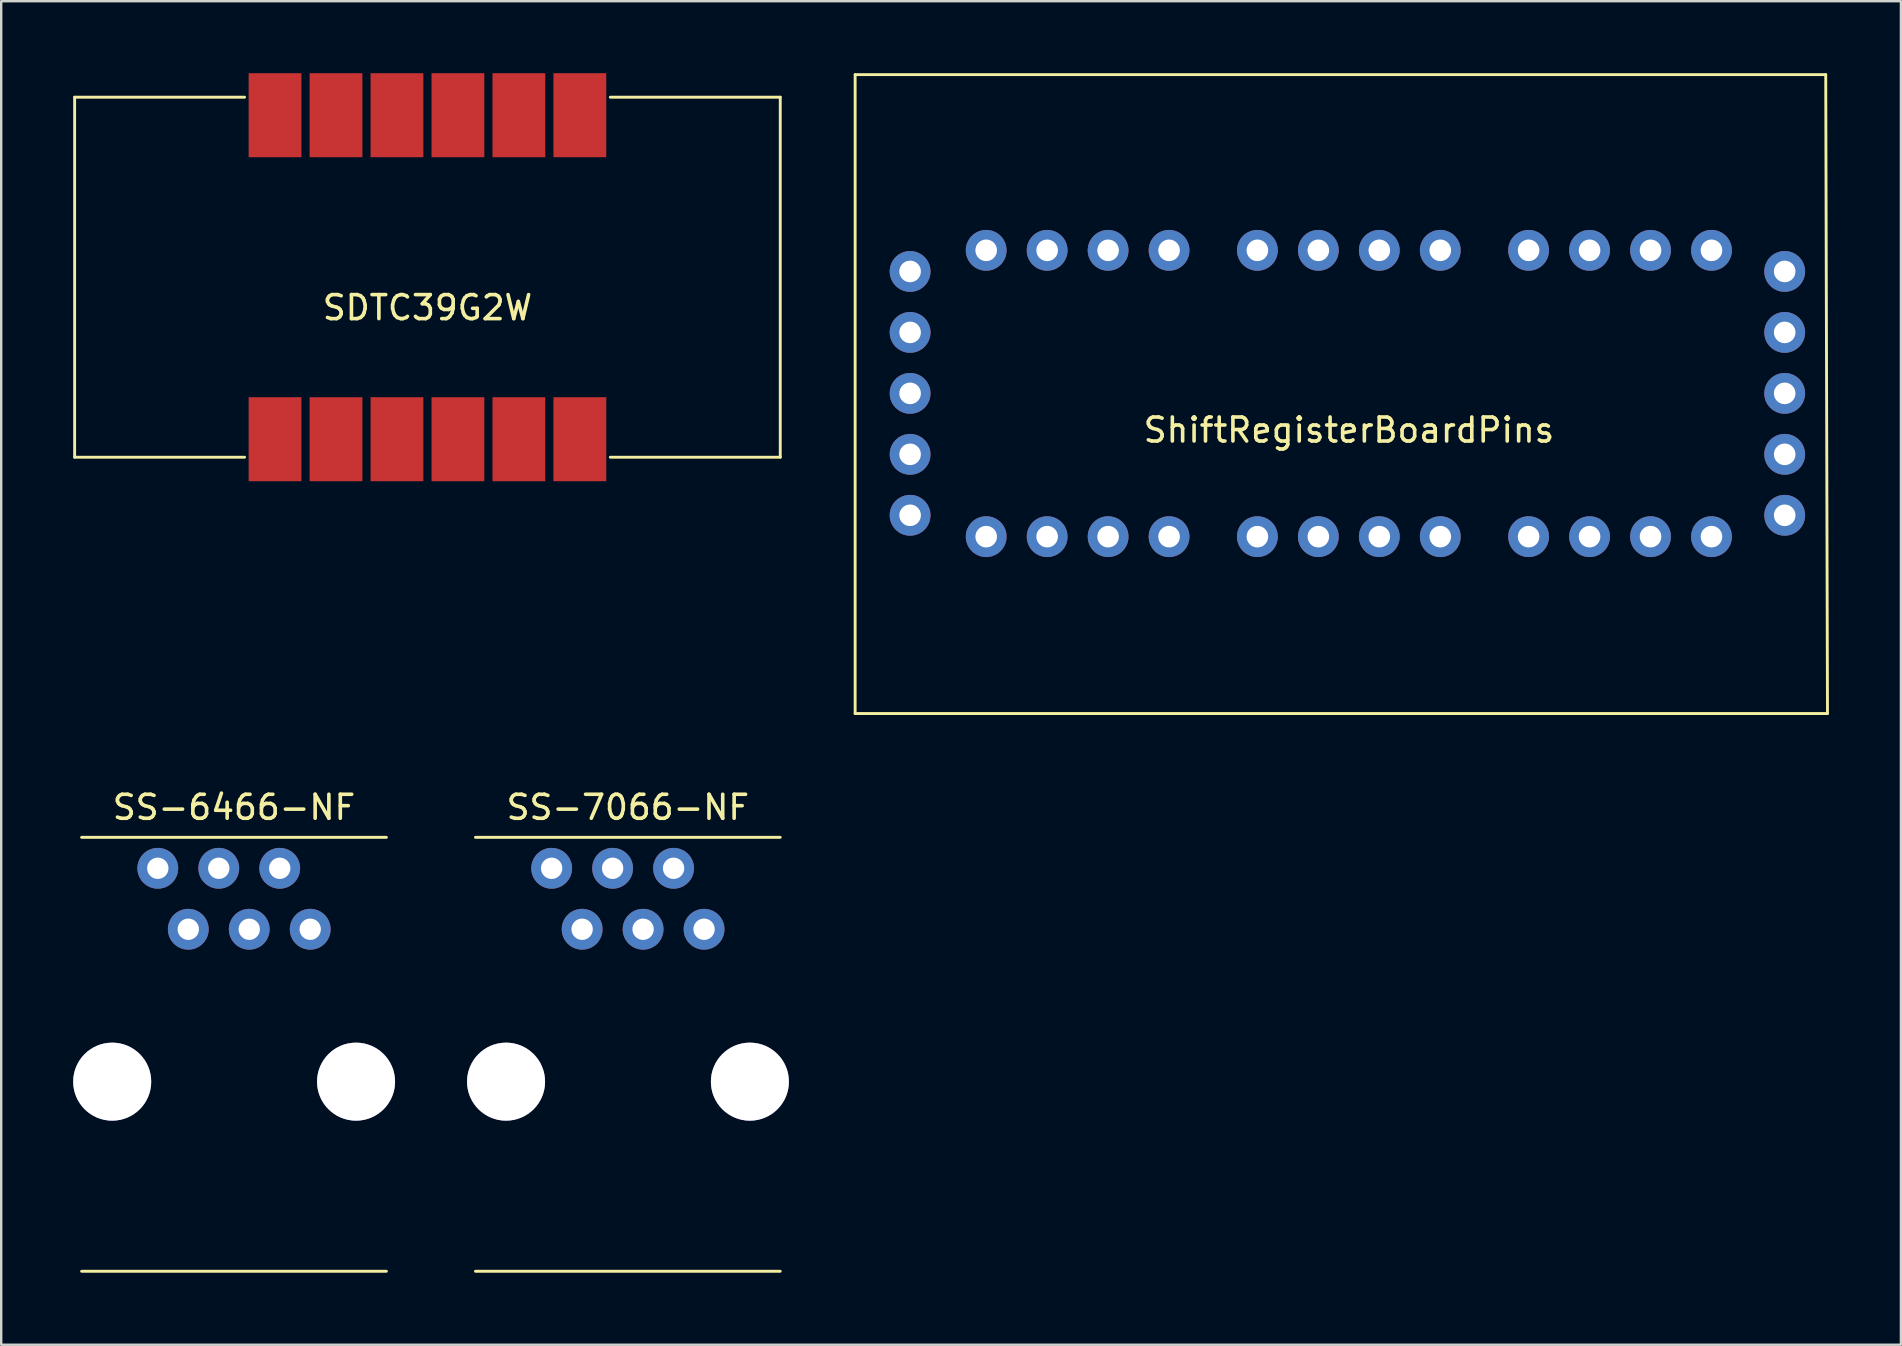
<source format=kicad_pcb>
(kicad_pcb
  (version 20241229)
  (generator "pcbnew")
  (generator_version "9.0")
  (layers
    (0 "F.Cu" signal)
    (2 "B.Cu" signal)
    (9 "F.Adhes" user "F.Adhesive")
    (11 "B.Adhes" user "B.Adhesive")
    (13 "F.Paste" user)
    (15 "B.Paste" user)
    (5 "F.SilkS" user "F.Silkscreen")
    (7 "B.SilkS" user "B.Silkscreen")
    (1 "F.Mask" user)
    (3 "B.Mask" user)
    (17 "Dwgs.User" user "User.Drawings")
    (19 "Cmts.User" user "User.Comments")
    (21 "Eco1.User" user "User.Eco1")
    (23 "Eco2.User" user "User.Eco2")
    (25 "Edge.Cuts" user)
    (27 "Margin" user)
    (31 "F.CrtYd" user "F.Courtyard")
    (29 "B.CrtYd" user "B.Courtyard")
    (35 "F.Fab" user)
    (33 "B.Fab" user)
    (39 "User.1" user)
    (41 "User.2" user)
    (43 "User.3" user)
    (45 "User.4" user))
  (footprint "SDTC39G2W"
    (layer "F.Cu")
    (at 14.76 8.5)
    (property "Reference" "SDTC39G2W" (at 0 1.27 0) (layer "F.SilkS") (effects (font (size 1 1) (thickness 0.15))))
    (attr through_hole)
    (fp_line (start -14.7 -7.5) (end -14.7 7.5) (stroke (width 0.12) (type solid)) (layer "F.SilkS"))
    (fp_line (start -14.7 -7.5) (end -7.62 -7.5) (stroke (width 0.12) (type solid)) (layer "F.SilkS"))
    (fp_line (start -14.7 7.5) (end -7.62 7.5) (stroke (width 0.12) (type solid)) (layer "F.SilkS"))
    (fp_line (start 14.7 -7.5) (end 7.62 -7.5) (stroke (width 0.12) (type solid)) (layer "F.SilkS"))
    (fp_line (start 14.7 7.5) (end 7.62 7.5) (stroke (width 0.12) (type solid)) (layer "F.SilkS"))
    (fp_line (start 14.7 7.5) (end 14.7 -7.5) (stroke (width 0.12) (type solid)) (layer "F.SilkS"))
    (pad "1" smd rect (at -6.35 6.75) (size 2.2 3.5) (layers "F.Cu" "F.Mask" "F.Paste"))
    (pad "2" smd rect (at -3.81 6.75) (size 2.2 3.5) (layers "F.Cu" "F.Mask" "F.Paste"))
    (pad "3" smd rect (at -1.27 6.75) (size 2.2 3.5) (layers "F.Cu" "F.Mask" "F.Paste"))
    (pad "4" smd rect (at 1.27 6.75) (size 2.2 3.5) (layers "F.Cu" "F.Mask" "F.Paste"))
    (pad "5" smd rect (at 3.81 6.75) (size 2.2 3.5) (layers "F.Cu" "F.Mask" "F.Paste"))
    (pad "6" smd rect (at 6.35 6.75) (size 2.2 3.5) (layers "F.Cu" "F.Mask" "F.Paste"))
    (pad "7" smd rect (at 6.35 -6.75) (size 2.2 3.5) (layers "F.Cu" "F.Mask" "F.Paste"))
    (pad "8" smd rect (at 3.81 -6.75) (size 2.2 3.5) (layers "F.Cu" "F.Mask" "F.Paste"))
    (pad "9" smd rect (at 1.27 -6.75) (size 2.2 3.5) (layers "F.Cu" "F.Mask" "F.Paste"))
    (pad "10" smd rect (at -1.27 -6.75) (size 2.2 3.5) (layers "F.Cu" "F.Mask" "F.Paste"))
    (pad "11" smd rect (at -3.81 -6.75) (size 2.2 3.5) (layers "F.Cu" "F.Mask" "F.Paste"))
    (pad "12" smd rect (at -6.35 -6.75) (size 2.2 3.5) (layers "F.Cu" "F.Mask" "F.Paste")))
  (footprint "SS-7066-NF"
    (layer "F.Cu")
    (at 23.11 33.128)
    (property "Reference" "SS-7066-NF" (at 0 -2.54 0) (layer "F.SilkS") (effects (font (size 1 1) (thickness 0.15))))
    (attr through_hole)
    (fp_line (start -6.35 -1.29) (end 6.35 -1.29) (stroke (width 0.12) (type solid)) (layer "F.SilkS"))
    (fp_line (start -6.35 16.79) (end 6.35 16.79) (stroke (width 0.12) (type solid)) (layer "F.SilkS"))
    (pad "" thru_hole circle (at -5.075 8.89) (size 3.25 3.25) (drill 3.25) (layers "*.Cu" "*.Mask"))
    (pad "" thru_hole circle (at 5.085 8.89) (size 3.25 3.25) (drill 3.25) (layers "*.Cu" "*.Mask"))
    (pad "1" thru_hole circle (at -3.175 0) (size 1.7 1.7) (drill 0.89) (layers "*.Cu" "*.Mask"))
    (pad "2" thru_hole circle (at -1.905 2.54) (size 1.7 1.7) (drill 0.89) (layers "*.Cu" "*.Mask"))
    (pad "3" thru_hole circle (at -0.635 0) (size 1.7 1.7) (drill 0.89) (layers "*.Cu" "*.Mask"))
    (pad "4" thru_hole circle (at 0.635 2.54) (size 1.7 1.7) (drill 0.89) (layers "*.Cu" "*.Mask"))
    (pad "5" thru_hole circle (at 1.905 0) (size 1.7 1.7) (drill 0.89) (layers "*.Cu" "*.Mask"))
    (pad "6" thru_hole circle (at 3.175 2.54) (size 1.7 1.7) (drill 0.89) (layers "*.Cu" "*.Mask")))
  (footprint "SS-6466-NF"
    (layer "F.Cu")
    (at 6.7 33.128)
    (property "Reference" "SS-6466-NF" (at 0 -2.54 0) (layer "F.SilkS") (effects (font (size 1 1) (thickness 0.15))))
    (attr through_hole)
    (fp_line (start -6.35 -1.29) (end 6.35 -1.29) (stroke (width 0.12) (type solid)) (layer "F.SilkS"))
    (fp_line (start -6.35 16.79) (end 6.35 16.79) (stroke (width 0.12) (type solid)) (layer "F.SilkS"))
    (pad "" thru_hole circle (at -5.075 8.89) (size 3.25 3.25) (drill 3.25) (layers "*.Cu" "*.Mask"))
    (pad "" thru_hole circle (at 5.085 8.89) (size 3.25 3.25) (drill 3.25) (layers "*.Cu" "*.Mask"))
    (pad "1" thru_hole circle (at -3.175 0) (size 1.7 1.7) (drill 0.89) (layers "*.Cu" "*.Mask"))
    (pad "2" thru_hole circle (at -1.905 2.54) (size 1.7 1.7) (drill 0.89) (layers "*.Cu" "*.Mask"))
    (pad "3" thru_hole circle (at -0.635 0) (size 1.7 1.7) (drill 0.89) (layers "*.Cu" "*.Mask"))
    (pad "4" thru_hole circle (at 0.635 2.54) (size 1.7 1.7) (drill 0.89) (layers "*.Cu" "*.Mask"))
    (pad "5" thru_hole circle (at 1.905 0) (size 1.7 1.7) (drill 0.89) (layers "*.Cu" "*.Mask"))
    (pad "6" thru_hole circle (at 3.175 2.54) (size 1.7 1.7) (drill 0.89) (layers "*.Cu" "*.Mask")))
  (footprint "ShiftRegisterBoardPins"
    (layer "F.Cu")
    (at 53.154 13.345)
    (property "Reference" "ShiftRegisterBoardPins" (at 0 1.524 0) (layer "F.SilkS") (effects (font (size 1 1) (thickness 0.15))))
    (attr through_hole)
    (fp_line (start -20.574 -13.285) (end 19.866 -13.285) (stroke (width 0.12) (type solid)) (layer "F.SilkS"))
    (fp_line (start -20.574 13.335) (end -20.574 -13.285) (stroke (width 0.12) (type solid)) (layer "F.SilkS"))
    (fp_line (start 19.866 -13.285) (end 19.939 13.335) (stroke (width 0.12) (type solid)) (layer "F.SilkS"))
    (fp_line (start 19.939 13.335) (end -20.574 13.335) (stroke (width 0.12) (type solid)) (layer "F.SilkS"))
    (pad "1" thru_hole circle (at -18.284 5.075) (size 1.7 1.7) (drill 0.9) (layers "*.Cu" "*.Mask"))
    (pad "2" thru_hole circle (at -18.284 2.535) (size 1.7 1.7) (drill 0.9) (layers "*.Cu" "*.Mask"))
    (pad "3" thru_hole circle (at -18.284 -0.005 90) (size 1.7 1.7) (drill 0.9) (layers "*.Cu" "*.Mask"))
    (pad "4" thru_hole circle (at -18.284 -2.545) (size 1.7 1.7) (drill 0.9) (layers "*.Cu" "*.Mask"))
    (pad "5" thru_hole circle (at -18.284 -5.085) (size 1.7 1.7) (drill 0.9) (layers "*.Cu" "*.Mask"))
    (pad "6" thru_hole circle (at 18.156 5.075) (size 1.7 1.7) (drill 0.9) (layers "*.Cu" "*.Mask"))
    (pad "7" thru_hole circle (at 18.156 2.535) (size 1.7 1.7) (drill 0.9) (layers "*.Cu" "*.Mask"))
    (pad "8" thru_hole circle (at 18.156 -0.005) (size 1.7 1.7) (drill 0.9) (layers "*.Cu" "*.Mask"))
    (pad "9" thru_hole circle (at 18.156 -2.545) (size 1.7 1.7) (drill 0.9) (layers "*.Cu" "*.Mask"))
    (pad "10" thru_hole circle (at 18.156 -5.085) (size 1.7 1.7) (drill 0.9) (layers "*.Cu" "*.Mask"))
    (pad "11" thru_hole circle (at -15.114 5.965) (size 1.7 1.7) (drill 0.9) (layers "*.Cu" "*.Mask"))
    (pad "12" thru_hole circle (at -12.574 5.965) (size 1.7 1.7) (drill 0.9) (layers "*.Cu" "*.Mask"))
    (pad "13" thru_hole circle (at -10.034 5.965) (size 1.7 1.7) (drill 0.9) (layers "*.Cu" "*.Mask"))
    (pad "14" thru_hole circle (at -7.494 5.965) (size 1.7 1.7) (drill 0.9) (layers "*.Cu" "*.Mask"))
    (pad "15" thru_hole circle (at -3.814 5.965) (size 1.7 1.7) (drill 0.9) (layers "*.Cu" "*.Mask"))
    (pad "16" thru_hole circle (at -1.274 5.965) (size 1.7 1.7) (drill 0.9) (layers "*.Cu" "*.Mask"))
    (pad "17" thru_hole circle (at 1.266 5.965) (size 1.7 1.7) (drill 0.9) (layers "*.Cu" "*.Mask"))
    (pad "18" thru_hole circle (at 3.806 5.965) (size 1.7 1.7) (drill 0.9) (layers "*.Cu" "*.Mask"))
    (pad "19" thru_hole circle (at 7.486 5.965) (size 1.7 1.7) (drill 0.9) (layers "*.Cu" "*.Mask"))
    (pad "20" thru_hole circle (at 10.026 5.965) (size 1.7 1.7) (drill 0.9) (layers "*.Cu" "*.Mask"))
    (pad "21" thru_hole circle (at 12.566 5.965) (size 1.7 1.7) (drill 0.9) (layers "*.Cu" "*.Mask"))
    (pad "22" thru_hole circle (at 15.106 5.965) (size 1.7 1.7) (drill 0.9) (layers "*.Cu" "*.Mask"))
    (pad "23" thru_hole circle (at -15.114 -5.965) (size 1.7 1.7) (drill 0.9) (layers "*.Cu" "*.Mask"))
    (pad "24" thru_hole circle (at -12.574 -5.965) (size 1.7 1.7) (drill 0.9) (layers "*.Cu" "*.Mask"))
    (pad "25" thru_hole circle (at -10.034 -5.965) (size 1.7 1.7) (drill 0.9) (layers "*.Cu" "*.Mask"))
    (pad "26" thru_hole circle (at -7.494 -5.965) (size 1.7 1.7) (drill 0.9) (layers "*.Cu" "*.Mask"))
    (pad "27" thru_hole circle (at -3.814 -5.965) (size 1.7 1.7) (drill 0.9) (layers "*.Cu" "*.Mask"))
    (pad "28" thru_hole circle (at -1.274 -5.965) (size 1.7 1.7) (drill 0.9) (layers "*.Cu" "*.Mask"))
    (pad "29" thru_hole circle (at 1.266 -5.965) (size 1.7 1.7) (drill 0.9) (layers "*.Cu" "*.Mask"))
    (pad "30" thru_hole circle (at 3.806 -5.965) (size 1.7 1.7) (drill 0.9) (layers "*.Cu" "*.Mask"))
    (pad "31" thru_hole circle (at 7.486 -5.965) (size 1.7 1.7) (drill 0.9) (layers "*.Cu" "*.Mask"))
    (pad "32" thru_hole circle (at 10.026 -5.965) (size 1.7 1.7) (drill 0.9) (layers "*.Cu" "*.Mask"))
    (pad "33" thru_hole circle (at 12.566 -5.965) (size 1.7 1.7) (drill 0.9) (layers "*.Cu" "*.Mask"))
    (pad "34" thru_hole circle (at 15.106 -5.965) (size 1.7 1.7) (drill 0.9) (layers "*.Cu" "*.Mask")))
  (gr_rect
    (start -3 -3)
    (end 76.153 52.978)
    (stroke (width 0.1) (type default))
    (fill no)
    (layer "Edge.Cuts")))
</source>
